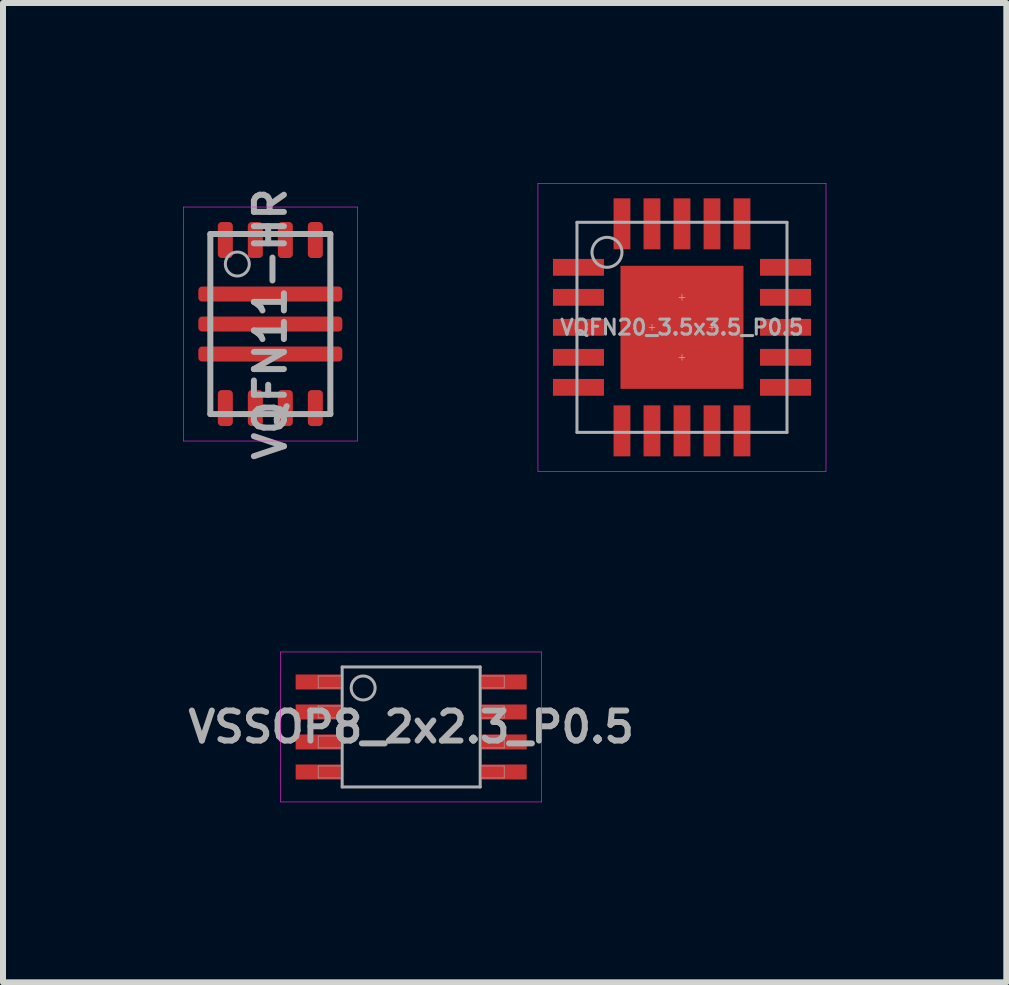
<source format=kicad_pcb>
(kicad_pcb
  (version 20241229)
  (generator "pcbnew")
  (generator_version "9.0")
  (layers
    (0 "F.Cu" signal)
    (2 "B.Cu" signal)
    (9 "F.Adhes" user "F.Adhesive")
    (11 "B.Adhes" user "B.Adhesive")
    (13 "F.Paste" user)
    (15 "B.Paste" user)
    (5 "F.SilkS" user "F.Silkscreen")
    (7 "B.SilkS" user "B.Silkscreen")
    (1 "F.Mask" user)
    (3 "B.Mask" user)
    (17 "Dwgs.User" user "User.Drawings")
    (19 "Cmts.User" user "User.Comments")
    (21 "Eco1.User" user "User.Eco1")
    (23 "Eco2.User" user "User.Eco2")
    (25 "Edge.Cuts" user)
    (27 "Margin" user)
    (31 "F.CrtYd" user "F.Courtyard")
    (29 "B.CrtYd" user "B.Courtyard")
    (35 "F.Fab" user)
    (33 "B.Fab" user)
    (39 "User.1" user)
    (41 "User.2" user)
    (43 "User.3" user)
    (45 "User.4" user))
  (footprint "VSSOP8_2x2.3_P0.5"
    (layer "F.Cu")
    (at 3.802 9.065)
    (property "Reference" "VSSOP8_2x2.3_P0.5" (at 0 0 0) (layer "F.Fab") (effects (font (size 0.5 0.5) (thickness 0.1))))
    (attr smd)
    (fp_line (start -2.175 -1.25) (end 2.175 -1.25) (stroke (width 0.01) (type solid)) (layer "F.CrtYd"))
    (fp_line (start -2.175 1.25) (end -2.175 -1.25) (stroke (width 0.01) (type solid)) (layer "F.CrtYd"))
    (fp_line (start 2.175 -1.25) (end 2.175 1.25) (stroke (width 0.01) (type solid)) (layer "F.CrtYd"))
    (fp_line (start 2.175 1.25) (end -2.175 1.25) (stroke (width 0.01) (type solid)) (layer "F.CrtYd"))
    (fp_line (start -1.55 -0.85) (end -1.55 -0.65) (stroke (width 0.01) (type solid)) (layer "F.Fab"))
    (fp_line (start -1.55 -0.65) (end -1.15 -0.65) (stroke (width 0.01) (type solid)) (layer "F.Fab"))
    (fp_line (start -1.55 -0.35) (end -1.55 -0.15) (stroke (width 0.01) (type solid)) (layer "F.Fab"))
    (fp_line (start -1.55 -0.15) (end -1.15 -0.15) (stroke (width 0.01) (type solid)) (layer "F.Fab"))
    (fp_line (start -1.55 0.15) (end -1.55 0.35) (stroke (width 0.01) (type solid)) (layer "F.Fab"))
    (fp_line (start -1.55 0.35) (end -1.15 0.35) (stroke (width 0.01) (type solid)) (layer "F.Fab"))
    (fp_line (start -1.55 0.65) (end -1.55 0.85) (stroke (width 0.01) (type solid)) (layer "F.Fab"))
    (fp_line (start -1.55 0.85) (end -1.15 0.85) (stroke (width 0.01) (type solid)) (layer "F.Fab"))
    (fp_line (start -1.15 -1) (end 1.15 -1) (stroke (width 0.05) (type solid)) (layer "F.Fab"))
    (fp_line (start -1.15 -0.85) (end -1.55 -0.85) (stroke (width 0.01) (type solid)) (layer "F.Fab"))
    (fp_line (start -1.15 -0.35) (end -1.55 -0.35) (stroke (width 0.01) (type solid)) (layer "F.Fab"))
    (fp_line (start -1.15 0.15) (end -1.55 0.15) (stroke (width 0.01) (type solid)) (layer "F.Fab"))
    (fp_line (start -1.15 0.65) (end -1.55 0.65) (stroke (width 0.01) (type solid)) (layer "F.Fab"))
    (fp_line (start -1.15 1) (end -1.15 -1) (stroke (width 0.05) (type solid)) (layer "F.Fab"))
    (fp_line (start 1.15 -1) (end 1.15 1) (stroke (width 0.05) (type solid)) (layer "F.Fab"))
    (fp_line (start 1.15 -0.65) (end 1.55 -0.65) (stroke (width 0.01) (type solid)) (layer "F.Fab"))
    (fp_line (start 1.15 -0.15) (end 1.55 -0.15) (stroke (width 0.01) (type solid)) (layer "F.Fab"))
    (fp_line (start 1.15 0.35) (end 1.55 0.35) (stroke (width 0.01) (type solid)) (layer "F.Fab"))
    (fp_line (start 1.15 0.85) (end 1.55 0.85) (stroke (width 0.01) (type solid)) (layer "F.Fab"))
    (fp_line (start 1.15 1) (end -1.15 1) (stroke (width 0.05) (type solid)) (layer "F.Fab"))
    (fp_line (start 1.55 -0.85) (end 1.15 -0.85) (stroke (width 0.01) (type solid)) (layer "F.Fab"))
    (fp_line (start 1.55 -0.65) (end 1.55 -0.85) (stroke (width 0.01) (type solid)) (layer "F.Fab"))
    (fp_line (start 1.55 -0.35) (end 1.15 -0.35) (stroke (width 0.01) (type solid)) (layer "F.Fab"))
    (fp_line (start 1.55 -0.15) (end 1.55 -0.35) (stroke (width 0.01) (type solid)) (layer "F.Fab"))
    (fp_line (start 1.55 0.15) (end 1.15 0.15) (stroke (width 0.01) (type solid)) (layer "F.Fab"))
    (fp_line (start 1.55 0.35) (end 1.55 0.15) (stroke (width 0.01) (type solid)) (layer "F.Fab"))
    (fp_line (start 1.55 0.65) (end 1.15 0.65) (stroke (width 0.01) (type solid)) (layer "F.Fab"))
    (fp_line (start 1.55 0.85) (end 1.55 0.65) (stroke (width 0.01) (type solid)) (layer "F.Fab"))
    (fp_circle (center -0.8 -0.65) (end -0.6 -0.65) (stroke (width 0.05) (type solid)) (fill no) (layer "F.Fab"))
    (pad "1" smd rect (at -1.55 -0.75 270) (size 0.25 0.75) (layers "F.Cu" "F.Mask" "F.Paste"))
    (pad "2" smd rect (at -1.55 -0.25 270) (size 0.25 0.75) (layers "F.Cu" "F.Mask" "F.Paste"))
    (pad "3" smd rect (at -1.55 0.25 270) (size 0.25 0.75) (layers "F.Cu" "F.Mask" "F.Paste"))
    (pad "4" smd rect (at -1.55 0.75 270) (size 0.25 0.75) (layers "F.Cu" "F.Mask" "F.Paste"))
    (pad "5" smd rect (at 1.55 0.75 270) (size 0.25 0.75) (layers "F.Cu" "F.Mask" "F.Paste"))
    (pad "6" smd rect (at 1.55 0.25 270) (size 0.25 0.75) (layers "F.Cu" "F.Mask" "F.Paste"))
    (pad "7" smd rect (at 1.55 -0.25 270) (size 0.25 0.75) (layers "F.Cu" "F.Mask" "F.Paste"))
    (pad "8" smd rect (at 1.55 -0.75 270) (size 0.25 0.75) (layers "F.Cu" "F.Mask" "F.Paste")))
  (footprint "VQFN20_3.5x3.5_P0.5"
    (layer "F.Cu")
    (at 8.315 2.405)
    (property "Reference" "VQFN20_3.5x3.5_P0.5" (at 0 0 0) (layer "F.Fab") (effects (font (size 0.25 0.25) (thickness 0.05))))
    (attr smd)
    (fp_line (start -0.55 0) (end -0.45 0) (stroke (width 0.01) (type solid)) (layer "Dwgs.User"))
    (fp_line (start -0.5 0.05) (end -0.5 -0.05) (stroke (width 0.01) (type solid)) (layer "Dwgs.User"))
    (fp_line (start -0.05 -0.5) (end 0.05 -0.5) (stroke (width 0.01) (type solid)) (layer "Dwgs.User"))
    (fp_line (start 0 -0.55) (end 0 -0.45) (stroke (width 0.01) (type solid)) (layer "Dwgs.User"))
    (fp_line (start 0 0.55) (end 0 0.45) (stroke (width 0.01) (type solid)) (layer "Dwgs.User"))
    (fp_line (start 0.05 0.5) (end -0.05 0.5) (stroke (width 0.01) (type solid)) (layer "Dwgs.User"))
    (fp_line (start 0.5 -0.05) (end 0.5 0.05) (stroke (width 0.01) (type solid)) (layer "Dwgs.User"))
    (fp_line (start 0.55 0) (end 0.45 0) (stroke (width 0.01) (type solid)) (layer "Dwgs.User"))
    (fp_line (start -2.4 -2.4) (end 2.4 -2.4) (stroke (width 0.01) (type solid)) (layer "F.CrtYd"))
    (fp_line (start -2.4 2.4) (end -2.4 -2.4) (stroke (width 0.01) (type solid)) (layer "F.CrtYd"))
    (fp_line (start 2.4 -2.4) (end 2.4 2.4) (stroke (width 0.01) (type solid)) (layer "F.CrtYd"))
    (fp_line (start 2.4 2.4) (end -2.4 2.4) (stroke (width 0.01) (type solid)) (layer "F.CrtYd"))
    (fp_line (start -1.75 -1.75) (end 1.75 -1.75) (stroke (width 0.05) (type solid)) (layer "F.Fab"))
    (fp_line (start -1.75 1.75) (end -1.75 -1.75) (stroke (width 0.05) (type solid)) (layer "F.Fab"))
    (fp_line (start 1.75 -1.75) (end 1.75 1.75) (stroke (width 0.05) (type solid)) (layer "F.Fab"))
    (fp_line (start 1.75 1.75) (end -1.75 1.75) (stroke (width 0.05) (type solid)) (layer "F.Fab"))
    (fp_circle (center -1.25 -1.25) (end -1 -1.25) (stroke (width 0.05) (type solid)) (fill no) (layer "F.Fab"))
    (pad "" smd rect (at -0.56 -0.56 270) (size 0.82 0.82) (layers "F.Paste"))
    (pad "" smd rect (at -0.56 0.56) (size 0.82 0.82) (layers "F.Paste"))
    (pad "" smd rect (at 0.56 -0.56 180) (size 0.82 0.82) (layers "F.Paste"))
    (pad "" smd rect (at 0.56 0.56 90) (size 0.82 0.82) (layers "F.Paste"))
    (pad "1" smd rect (at -1.725 -1) (size 0.85 0.28) (layers "F.Cu" "F.Mask" "F.Paste"))
    (pad "2" smd rect (at -1.725 -0.5) (size 0.85 0.28) (layers "F.Cu" "F.Mask" "F.Paste"))
    (pad "3" smd rect (at -1.725 0) (size 0.85 0.28) (layers "F.Cu" "F.Mask" "F.Paste"))
    (pad "4" smd rect (at -1.725 0.5) (size 0.85 0.28) (layers "F.Cu" "F.Mask" "F.Paste"))
    (pad "5" smd rect (at -1.725 1) (size 0.85 0.28) (layers "F.Cu" "F.Mask" "F.Paste"))
    (pad "6" smd rect (at -1 1.725 90) (size 0.85 0.28) (layers "F.Cu" "F.Mask" "F.Paste"))
    (pad "7" smd rect (at -0.5 1.725 90) (size 0.85 0.28) (layers "F.Cu" "F.Mask" "F.Paste"))
    (pad "8" smd rect (at 0 1.725 90) (size 0.85 0.28) (layers "F.Cu" "F.Mask" "F.Paste"))
    (pad "9" smd rect (at 0.5 1.725 90) (size 0.85 0.28) (layers "F.Cu" "F.Mask" "F.Paste"))
    (pad "10" smd rect (at 1 1.725 90) (size 0.85 0.28) (layers "F.Cu" "F.Mask" "F.Paste"))
    (pad "11" smd rect (at 1.725 1 180) (size 0.85 0.28) (layers "F.Cu" "F.Mask" "F.Paste"))
    (pad "12" smd rect (at 1.725 0.5 180) (size 0.85 0.28) (layers "F.Cu" "F.Mask" "F.Paste"))
    (pad "13" smd rect (at 1.725 0 180) (size 0.85 0.28) (layers "F.Cu" "F.Mask" "F.Paste"))
    (pad "14" smd rect (at 1.725 -0.5 180) (size 0.85 0.28) (layers "F.Cu" "F.Mask" "F.Paste"))
    (pad "15" smd rect (at 1.725 -1 180) (size 0.85 0.28) (layers "F.Cu" "F.Mask" "F.Paste"))
    (pad "16" smd rect (at 1 -1.725 270) (size 0.85 0.28) (layers "F.Cu" "F.Mask" "F.Paste"))
    (pad "17" smd rect (at 0.5 -1.725 270) (size 0.85 0.28) (layers "F.Cu" "F.Mask" "F.Paste"))
    (pad "18" smd rect (at 0 -1.725 270) (size 0.85 0.28) (layers "F.Cu" "F.Mask" "F.Paste"))
    (pad "19" smd rect (at -0.5 -1.725 270) (size 0.85 0.28) (layers "F.Cu" "F.Mask" "F.Paste"))
    (pad "20" smd rect (at -1 -1.725 270) (size 0.85 0.28) (layers "F.Cu" "F.Mask" "F.Paste"))
    (pad "21" smd rect (at 0 0 90) (size 2.05 2.05) (layers "F.Cu" "F.Mask")))
  (footprint "VQFN11-HR"
    (layer "F.Cu")
    (at 1.455 2.35)
    (property "Reference" "VQFN11-HR" (at 0 0 90) (layer "F.Fab") (effects (font (size 0.5 0.5) (thickness 0.1))))
    (attr through_hole)
    (fp_line (start -1.45 -1.95) (end -1.45 1.95) (stroke (width 0.01) (type solid)) (layer "F.CrtYd"))
    (fp_line (start -1.45 1.95) (end 1.45 1.95) (stroke (width 0.01) (type solid)) (layer "F.CrtYd"))
    (fp_line (start 1.45 -1.95) (end -1.45 -1.95) (stroke (width 0.01) (type solid)) (layer "F.CrtYd"))
    (fp_line (start 1.45 1.95) (end 1.45 -1.95) (stroke (width 0.01) (type solid)) (layer "F.CrtYd"))
    (fp_line (start -1 -1.5) (end -1 1.5) (stroke (width 0.1) (type solid)) (layer "F.Fab"))
    (fp_line (start -1 1.5) (end 1 1.5) (stroke (width 0.1) (type solid)) (layer "F.Fab"))
    (fp_line (start 1 -1.5) (end -1 -1.5) (stroke (width 0.1) (type solid)) (layer "F.Fab"))
    (fp_line (start 1 1.5) (end 1 -1.5) (stroke (width 0.1) (type solid)) (layer "F.Fab"))
    (fp_circle (center -0.55 -1) (end -0.35 -1) (stroke (width 0.05) (type solid)) (fill no) (layer "F.Fab"))
    (pad "" smd roundrect (at -0.86 -0.5) (size 0.66 0.25) (layers "F.Paste") (roundrect_rratio 0.25))
    (pad "" smd roundrect (at -0.86 0) (size 0.66 0.25) (layers "F.Paste") (roundrect_rratio 0.25))
    (pad "" smd roundrect (at -0.86 0.5) (size 0.66 0.25) (layers "F.Paste") (roundrect_rratio 0.25))
    (pad "" smd roundrect (at 0 -0.5) (size 0.66 0.25) (layers "F.Paste") (roundrect_rratio 0.25))
    (pad "" smd roundrect (at 0 0) (size 0.66 0.25) (layers "F.Paste") (roundrect_rratio 0.25))
    (pad "" smd roundrect (at 0 0.5) (size 0.66 0.25) (layers "F.Paste") (roundrect_rratio 0.25))
    (pad "" smd roundrect (at 0.86 -0.5) (size 0.66 0.25) (layers "F.Paste") (roundrect_rratio 0.25))
    (pad "" smd roundrect (at 0.86 0) (size 0.66 0.25) (layers "F.Paste") (roundrect_rratio 0.25))
    (pad "" smd roundrect (at 0.86 0.5) (size 0.66 0.25) (layers "F.Paste") (roundrect_rratio 0.25))
    (pad "1" smd roundrect (at 0 -0.5) (size 2.4 0.25) (layers "F.Cu" "F.Mask") (roundrect_rratio 0.25))
    (pad "2" smd roundrect (at 0 0) (size 2.4 0.25) (layers "F.Cu" "F.Mask") (roundrect_rratio 0.25))
    (pad "3" smd roundrect (at 0 0.5) (size 2.4 0.25) (layers "F.Cu" "F.Mask") (roundrect_rratio 0.25))
    (pad "4" smd roundrect (at -0.75 1.4) (size 0.25 0.6) (layers "F.Cu" "F.Mask" "F.Paste") (roundrect_rratio 0.25))
    (pad "5" smd roundrect (at -0.25 1.4) (size 0.25 0.6) (layers "F.Cu" "F.Mask" "F.Paste") (roundrect_rratio 0.25))
    (pad "6" smd roundrect (at 0.25 1.4) (size 0.25 0.6) (layers "F.Cu" "F.Mask" "F.Paste") (roundrect_rratio 0.25))
    (pad "7" smd roundrect (at 0.75 1.4) (size 0.25 0.6) (layers "F.Cu" "F.Mask" "F.Paste") (roundrect_rratio 0.25))
    (pad "8" smd roundrect (at 0.75 -1.4) (size 0.25 0.6) (layers "F.Cu" "F.Mask" "F.Paste") (roundrect_rratio 0.25))
    (pad "9" smd roundrect (at 0.25 -1.4) (size 0.25 0.6) (layers "F.Cu" "F.Mask" "F.Paste") (roundrect_rratio 0.25))
    (pad "10" smd roundrect (at -0.25 -1.4) (size 0.25 0.6) (layers "F.Cu" "F.Mask" "F.Paste") (roundrect_rratio 0.25))
    (pad "11" smd roundrect (at -0.75 -1.4) (size 0.25 0.6) (layers "F.Cu" "F.Mask" "F.Paste") (roundrect_rratio 0.25)))
  (gr_rect
    (start -3 -3)
    (end 13.72 13.32)
    (stroke (width 0.1) (type default))
    (fill no)
    (layer "Edge.Cuts")))
</source>
